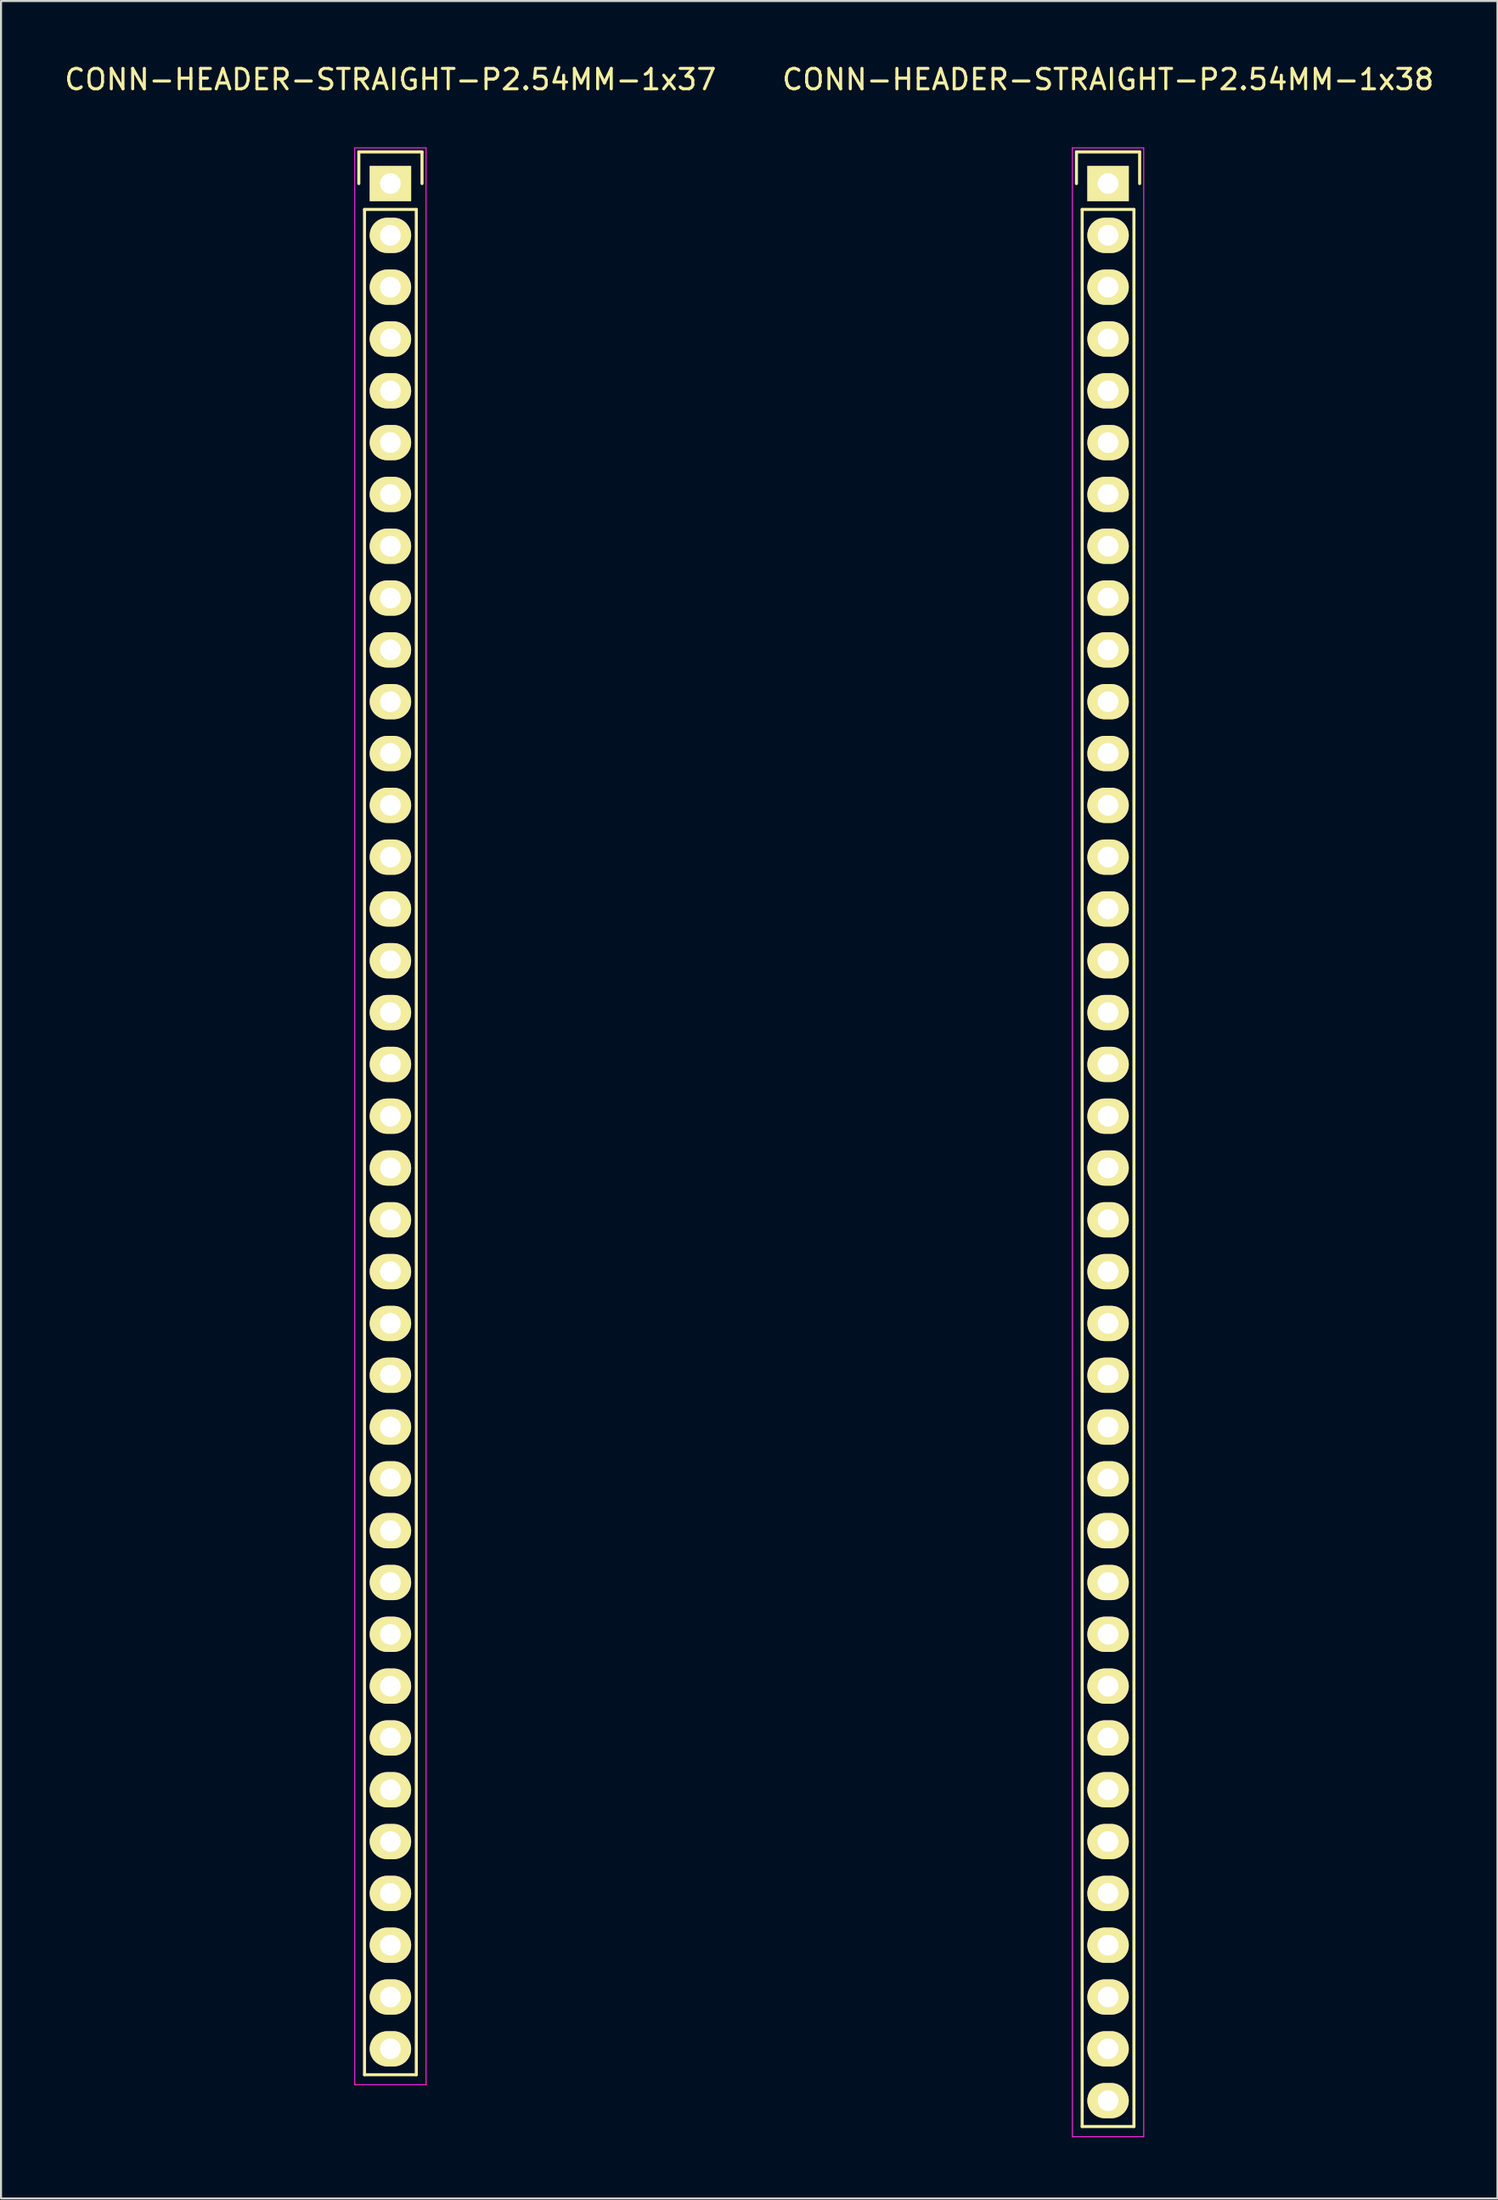
<source format=kicad_pcb>
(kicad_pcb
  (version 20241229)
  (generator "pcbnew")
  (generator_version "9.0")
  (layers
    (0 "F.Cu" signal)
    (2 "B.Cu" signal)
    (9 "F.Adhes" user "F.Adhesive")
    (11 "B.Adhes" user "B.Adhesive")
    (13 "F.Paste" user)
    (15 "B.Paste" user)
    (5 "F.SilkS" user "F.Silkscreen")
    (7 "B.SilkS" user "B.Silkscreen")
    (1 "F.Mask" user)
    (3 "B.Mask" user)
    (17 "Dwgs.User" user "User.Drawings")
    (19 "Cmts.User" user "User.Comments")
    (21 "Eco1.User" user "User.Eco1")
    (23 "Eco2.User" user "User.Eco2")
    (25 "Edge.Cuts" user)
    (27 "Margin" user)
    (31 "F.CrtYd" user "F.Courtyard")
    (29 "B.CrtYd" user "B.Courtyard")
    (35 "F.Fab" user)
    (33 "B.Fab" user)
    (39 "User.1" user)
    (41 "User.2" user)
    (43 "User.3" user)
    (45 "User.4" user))
  (footprint "CONN-HEADER-STRAIGHT-P2.54MM-1x38"
    (layer "F.Cu")
    (at 51.304 5.948)
    (property "Reference" "CONN-HEADER-STRAIGHT-P2.54MM-1x38" (at 0 -5.1 0) (layer "F.SilkS") (effects (font (size 1 1) (thickness 0.15))))
    (attr through_hole)
    (fp_line (start -1.55 -1.55) (end 1.55 -1.55) (stroke (width 0.15) (type solid)) (layer "F.SilkS"))
    (fp_line (start -1.55 0) (end -1.55 -1.55) (stroke (width 0.15) (type solid)) (layer "F.SilkS"))
    (fp_line (start -1.27 1.27) (end -1.27 95.25) (stroke (width 0.15) (type solid)) (layer "F.SilkS"))
    (fp_line (start -1.27 95.25) (end 1.27 95.25) (stroke (width 0.15) (type solid)) (layer "F.SilkS"))
    (fp_line (start 1.27 1.27) (end -1.27 1.27) (stroke (width 0.15) (type solid)) (layer "F.SilkS"))
    (fp_line (start 1.27 95.25) (end 1.27 1.27) (stroke (width 0.15) (type solid)) (layer "F.SilkS"))
    (fp_line (start 1.55 -1.55) (end 1.55 0) (stroke (width 0.15) (type solid)) (layer "F.SilkS"))
    (fp_line (start -1.75 -1.75) (end -1.75 95.75) (stroke (width 0.05) (type solid)) (layer "F.CrtYd"))
    (fp_line (start -1.75 -1.75) (end 1.75 -1.75) (stroke (width 0.05) (type solid)) (layer "F.CrtYd"))
    (fp_line (start -1.75 95.75) (end 1.75 95.75) (stroke (width 0.05) (type solid)) (layer "F.CrtYd"))
    (fp_line (start 1.75 -1.75) (end 1.75 95.75) (stroke (width 0.05) (type solid)) (layer "F.CrtYd"))
    (pad "1" thru_hole rect (at 0 0) (size 2.032 1.727) (drill 1.016) (layers "*.Cu" "*.Mask" "F.SilkS"))
    (pad "2" thru_hole oval (at 0 2.54) (size 2.032 1.727) (drill 1.016) (layers "*.Cu" "*.Mask" "F.SilkS"))
    (pad "3" thru_hole oval (at 0 5.08) (size 2.032 1.727) (drill 1.016) (layers "*.Cu" "*.Mask" "F.SilkS"))
    (pad "4" thru_hole oval (at 0 7.62) (size 2.032 1.727) (drill 1.016) (layers "*.Cu" "*.Mask" "F.SilkS"))
    (pad "5" thru_hole oval (at 0 10.16) (size 2.032 1.727) (drill 1.016) (layers "*.Cu" "*.Mask" "F.SilkS"))
    (pad "6" thru_hole oval (at 0 12.7) (size 2.032 1.727) (drill 1.016) (layers "*.Cu" "*.Mask" "F.SilkS"))
    (pad "7" thru_hole oval (at 0 15.24) (size 2.032 1.727) (drill 1.016) (layers "*.Cu" "*.Mask" "F.SilkS"))
    (pad "8" thru_hole oval (at 0 17.78) (size 2.032 1.727) (drill 1.016) (layers "*.Cu" "*.Mask" "F.SilkS"))
    (pad "9" thru_hole oval (at 0 20.32) (size 2.032 1.727) (drill 1.016) (layers "*.Cu" "*.Mask" "F.SilkS"))
    (pad "10" thru_hole oval (at 0 22.86) (size 2.032 1.727) (drill 1.016) (layers "*.Cu" "*.Mask" "F.SilkS"))
    (pad "11" thru_hole oval (at 0 25.4) (size 2.032 1.727) (drill 1.016) (layers "*.Cu" "*.Mask" "F.SilkS"))
    (pad "12" thru_hole oval (at 0 27.94) (size 2.032 1.727) (drill 1.016) (layers "*.Cu" "*.Mask" "F.SilkS"))
    (pad "13" thru_hole oval (at 0 30.48) (size 2.032 1.727) (drill 1.016) (layers "*.Cu" "*.Mask" "F.SilkS"))
    (pad "14" thru_hole oval (at 0 33.02) (size 2.032 1.727) (drill 1.016) (layers "*.Cu" "*.Mask" "F.SilkS"))
    (pad "15" thru_hole oval (at 0 35.56) (size 2.032 1.727) (drill 1.016) (layers "*.Cu" "*.Mask" "F.SilkS"))
    (pad "16" thru_hole oval (at 0 38.1) (size 2.032 1.727) (drill 1.016) (layers "*.Cu" "*.Mask" "F.SilkS"))
    (pad "17" thru_hole oval (at 0 40.64) (size 2.032 1.727) (drill 1.016) (layers "*.Cu" "*.Mask" "F.SilkS"))
    (pad "18" thru_hole oval (at 0 43.18) (size 2.032 1.727) (drill 1.016) (layers "*.Cu" "*.Mask" "F.SilkS"))
    (pad "19" thru_hole oval (at 0 45.72) (size 2.032 1.727) (drill 1.016) (layers "*.Cu" "*.Mask" "F.SilkS"))
    (pad "20" thru_hole oval (at 0 48.26) (size 2.032 1.727) (drill 1.016) (layers "*.Cu" "*.Mask" "F.SilkS"))
    (pad "21" thru_hole oval (at 0 50.8) (size 2.032 1.727) (drill 1.016) (layers "*.Cu" "*.Mask" "F.SilkS"))
    (pad "22" thru_hole oval (at 0 53.34) (size 2.032 1.727) (drill 1.016) (layers "*.Cu" "*.Mask" "F.SilkS"))
    (pad "23" thru_hole oval (at 0 55.88) (size 2.032 1.727) (drill 1.016) (layers "*.Cu" "*.Mask" "F.SilkS"))
    (pad "24" thru_hole oval (at 0 58.42) (size 2.032 1.727) (drill 1.016) (layers "*.Cu" "*.Mask" "F.SilkS"))
    (pad "25" thru_hole oval (at 0 60.96) (size 2.032 1.727) (drill 1.016) (layers "*.Cu" "*.Mask" "F.SilkS"))
    (pad "26" thru_hole oval (at 0 63.5) (size 2.032 1.727) (drill 1.016) (layers "*.Cu" "*.Mask" "F.SilkS"))
    (pad "27" thru_hole oval (at 0 66.04) (size 2.032 1.727) (drill 1.016) (layers "*.Cu" "*.Mask" "F.SilkS"))
    (pad "28" thru_hole oval (at 0 68.58) (size 2.032 1.727) (drill 1.016) (layers "*.Cu" "*.Mask" "F.SilkS"))
    (pad "29" thru_hole oval (at 0 71.12) (size 2.032 1.727) (drill 1.016) (layers "*.Cu" "*.Mask" "F.SilkS"))
    (pad "30" thru_hole oval (at 0 73.66) (size 2.032 1.727) (drill 1.016) (layers "*.Cu" "*.Mask" "F.SilkS"))
    (pad "31" thru_hole oval (at 0 76.2) (size 2.032 1.727) (drill 1.016) (layers "*.Cu" "*.Mask" "F.SilkS"))
    (pad "32" thru_hole oval (at 0 78.74) (size 2.032 1.727) (drill 1.016) (layers "*.Cu" "*.Mask" "F.SilkS"))
    (pad "33" thru_hole oval (at 0 81.28) (size 2.032 1.727) (drill 1.016) (layers "*.Cu" "*.Mask" "F.SilkS"))
    (pad "34" thru_hole oval (at 0 83.82) (size 2.032 1.727) (drill 1.016) (layers "*.Cu" "*.Mask" "F.SilkS"))
    (pad "35" thru_hole oval (at 0 86.36) (size 2.032 1.727) (drill 1.016) (layers "*.Cu" "*.Mask" "F.SilkS"))
    (pad "36" thru_hole oval (at 0 88.9) (size 2.032 1.727) (drill 1.016) (layers "*.Cu" "*.Mask" "F.SilkS"))
    (pad "37" thru_hole oval (at 0 91.44) (size 2.032 1.727) (drill 1.016) (layers "*.Cu" "*.Mask" "F.SilkS"))
    (pad "38" thru_hole oval (at 0 93.98) (size 2.032 1.727) (drill 1.016) (layers "*.Cu" "*.Mask" "F.SilkS")))
  (footprint "CONN-HEADER-STRAIGHT-P2.54MM-1x37"
    (layer "F.Cu")
    (at 16.101 5.948)
    (property "Reference" "CONN-HEADER-STRAIGHT-P2.54MM-1x37" (at 0 -5.1 0) (layer "F.SilkS") (effects (font (size 1 1) (thickness 0.15))))
    (attr through_hole)
    (fp_line (start -1.55 -1.55) (end 1.55 -1.55) (stroke (width 0.15) (type solid)) (layer "F.SilkS"))
    (fp_line (start -1.55 0) (end -1.55 -1.55) (stroke (width 0.15) (type solid)) (layer "F.SilkS"))
    (fp_line (start -1.27 1.27) (end -1.27 92.71) (stroke (width 0.15) (type solid)) (layer "F.SilkS"))
    (fp_line (start -1.27 92.71) (end 1.27 92.71) (stroke (width 0.15) (type solid)) (layer "F.SilkS"))
    (fp_line (start 1.27 1.27) (end -1.27 1.27) (stroke (width 0.15) (type solid)) (layer "F.SilkS"))
    (fp_line (start 1.27 92.71) (end 1.27 1.27) (stroke (width 0.15) (type solid)) (layer "F.SilkS"))
    (fp_line (start 1.55 -1.55) (end 1.55 0) (stroke (width 0.15) (type solid)) (layer "F.SilkS"))
    (fp_line (start -1.75 -1.75) (end -1.75 93.2) (stroke (width 0.05) (type solid)) (layer "F.CrtYd"))
    (fp_line (start -1.75 -1.75) (end 1.75 -1.75) (stroke (width 0.05) (type solid)) (layer "F.CrtYd"))
    (fp_line (start -1.75 93.2) (end 1.75 93.2) (stroke (width 0.05) (type solid)) (layer "F.CrtYd"))
    (fp_line (start 1.75 -1.75) (end 1.75 93.2) (stroke (width 0.05) (type solid)) (layer "F.CrtYd"))
    (pad "1" thru_hole rect (at 0 0) (size 2.032 1.727) (drill 1.016) (layers "*.Cu" "*.Mask" "F.SilkS"))
    (pad "2" thru_hole oval (at 0 2.54) (size 2.032 1.727) (drill 1.016) (layers "*.Cu" "*.Mask" "F.SilkS"))
    (pad "3" thru_hole oval (at 0 5.08) (size 2.032 1.727) (drill 1.016) (layers "*.Cu" "*.Mask" "F.SilkS"))
    (pad "4" thru_hole oval (at 0 7.62) (size 2.032 1.727) (drill 1.016) (layers "*.Cu" "*.Mask" "F.SilkS"))
    (pad "5" thru_hole oval (at 0 10.16) (size 2.032 1.727) (drill 1.016) (layers "*.Cu" "*.Mask" "F.SilkS"))
    (pad "6" thru_hole oval (at 0 12.7) (size 2.032 1.727) (drill 1.016) (layers "*.Cu" "*.Mask" "F.SilkS"))
    (pad "7" thru_hole oval (at 0 15.24) (size 2.032 1.727) (drill 1.016) (layers "*.Cu" "*.Mask" "F.SilkS"))
    (pad "8" thru_hole oval (at 0 17.78) (size 2.032 1.727) (drill 1.016) (layers "*.Cu" "*.Mask" "F.SilkS"))
    (pad "9" thru_hole oval (at 0 20.32) (size 2.032 1.727) (drill 1.016) (layers "*.Cu" "*.Mask" "F.SilkS"))
    (pad "10" thru_hole oval (at 0 22.86) (size 2.032 1.727) (drill 1.016) (layers "*.Cu" "*.Mask" "F.SilkS"))
    (pad "11" thru_hole oval (at 0 25.4) (size 2.032 1.727) (drill 1.016) (layers "*.Cu" "*.Mask" "F.SilkS"))
    (pad "12" thru_hole oval (at 0 27.94) (size 2.032 1.727) (drill 1.016) (layers "*.Cu" "*.Mask" "F.SilkS"))
    (pad "13" thru_hole oval (at 0 30.48) (size 2.032 1.727) (drill 1.016) (layers "*.Cu" "*.Mask" "F.SilkS"))
    (pad "14" thru_hole oval (at 0 33.02) (size 2.032 1.727) (drill 1.016) (layers "*.Cu" "*.Mask" "F.SilkS"))
    (pad "15" thru_hole oval (at 0 35.56) (size 2.032 1.727) (drill 1.016) (layers "*.Cu" "*.Mask" "F.SilkS"))
    (pad "16" thru_hole oval (at 0 38.1) (size 2.032 1.727) (drill 1.016) (layers "*.Cu" "*.Mask" "F.SilkS"))
    (pad "17" thru_hole oval (at 0 40.64) (size 2.032 1.727) (drill 1.016) (layers "*.Cu" "*.Mask" "F.SilkS"))
    (pad "18" thru_hole oval (at 0 43.18) (size 2.032 1.727) (drill 1.016) (layers "*.Cu" "*.Mask" "F.SilkS"))
    (pad "19" thru_hole oval (at 0 45.72) (size 2.032 1.727) (drill 1.016) (layers "*.Cu" "*.Mask" "F.SilkS"))
    (pad "20" thru_hole oval (at 0 48.26) (size 2.032 1.727) (drill 1.016) (layers "*.Cu" "*.Mask" "F.SilkS"))
    (pad "21" thru_hole oval (at 0 50.8) (size 2.032 1.727) (drill 1.016) (layers "*.Cu" "*.Mask" "F.SilkS"))
    (pad "22" thru_hole oval (at 0 53.34) (size 2.032 1.727) (drill 1.016) (layers "*.Cu" "*.Mask" "F.SilkS"))
    (pad "23" thru_hole oval (at 0 55.88) (size 2.032 1.727) (drill 1.016) (layers "*.Cu" "*.Mask" "F.SilkS"))
    (pad "24" thru_hole oval (at 0 58.42) (size 2.032 1.727) (drill 1.016) (layers "*.Cu" "*.Mask" "F.SilkS"))
    (pad "25" thru_hole oval (at 0 60.96) (size 2.032 1.727) (drill 1.016) (layers "*.Cu" "*.Mask" "F.SilkS"))
    (pad "26" thru_hole oval (at 0 63.5) (size 2.032 1.727) (drill 1.016) (layers "*.Cu" "*.Mask" "F.SilkS"))
    (pad "27" thru_hole oval (at 0 66.04) (size 2.032 1.727) (drill 1.016) (layers "*.Cu" "*.Mask" "F.SilkS"))
    (pad "28" thru_hole oval (at 0 68.58) (size 2.032 1.727) (drill 1.016) (layers "*.Cu" "*.Mask" "F.SilkS"))
    (pad "29" thru_hole oval (at 0 71.12) (size 2.032 1.727) (drill 1.016) (layers "*.Cu" "*.Mask" "F.SilkS"))
    (pad "30" thru_hole oval (at 0 73.66) (size 2.032 1.727) (drill 1.016) (layers "*.Cu" "*.Mask" "F.SilkS"))
    (pad "31" thru_hole oval (at 0 76.2) (size 2.032 1.727) (drill 1.016) (layers "*.Cu" "*.Mask" "F.SilkS"))
    (pad "32" thru_hole oval (at 0 78.74) (size 2.032 1.727) (drill 1.016) (layers "*.Cu" "*.Mask" "F.SilkS"))
    (pad "33" thru_hole oval (at 0 81.28) (size 2.032 1.727) (drill 1.016) (layers "*.Cu" "*.Mask" "F.SilkS"))
    (pad "34" thru_hole oval (at 0 83.82) (size 2.032 1.727) (drill 1.016) (layers "*.Cu" "*.Mask" "F.SilkS"))
    (pad "35" thru_hole oval (at 0 86.36) (size 2.032 1.727) (drill 1.016) (layers "*.Cu" "*.Mask" "F.SilkS"))
    (pad "36" thru_hole oval (at 0 88.9) (size 2.032 1.727) (drill 1.016) (layers "*.Cu" "*.Mask" "F.SilkS"))
    (pad "37" thru_hole oval (at 0 91.44) (size 2.032 1.727) (drill 1.016) (layers "*.Cu" "*.Mask" "F.SilkS")))
  (gr_rect
    (start -3 -3)
    (end 70.405 104.723)
    (stroke (width 0.1) (type default))
    (fill no)
    (layer "Edge.Cuts")))
</source>
